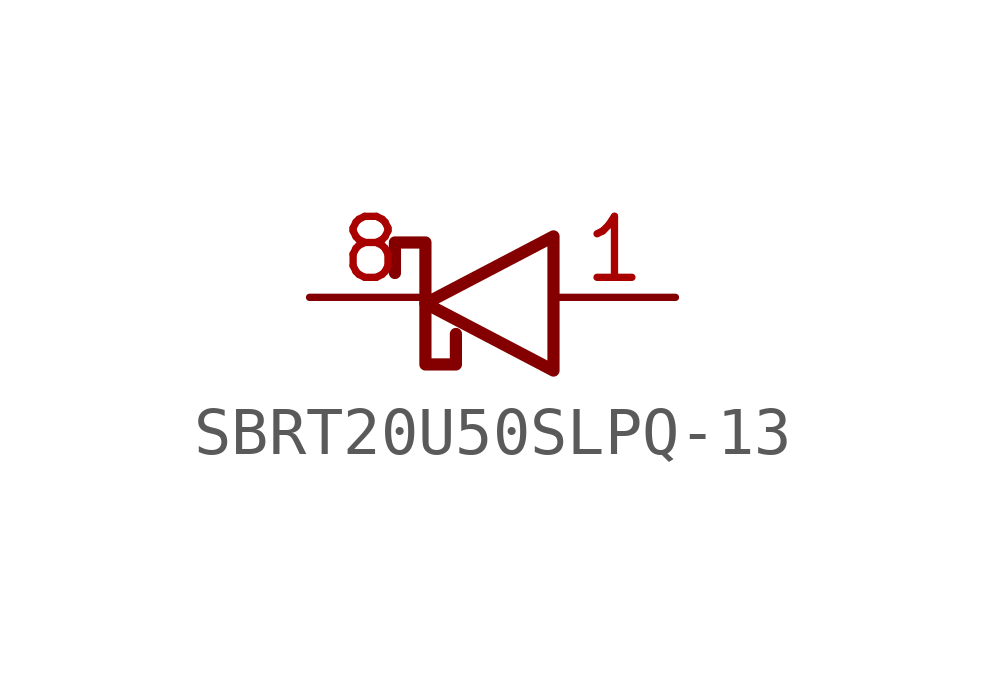
<source format=kicad_sym>
(kicad_symbol_lib
  (version 20241209)
  (generator "kicad_symbol_editor")
  (generator_version "9.0")
  (symbol "SBRT20U50SLPQ-13"
    (property "Reference" "D"
      (at -0.508 5.588 0)
      (effects (font (size 1.27 1.27)) (justify left top) (hide yes)))
    (symbol "SBRT20U50SLPQ-13_0_1"
      (polyline (pts (xy -2.032 0.508) (xy -2.032 1.143) (xy -1.397 1.143) (xy -1.397 -1.397) (xy -0.762 -1.397) (xy -0.762 -0.762)) (stroke (width 0.254) (type default)) (fill (type none)))
      (polyline (pts (xy 1.27 1.27) (xy 1.27 -1.524) (xy -1.397 -0.127) (xy 1.27 1.27)) (stroke (width 0.254) (type default)) (fill (type none))))
    (symbol "SBRT20U50SLPQ-13_1_1"
      (pin passive line (at -3.81 0 0) (length 2.54) (name "" (effects (font (size 1.27 1.27)))) (number "8" (effects (font (size 1.27 1.27)))))
      (pin passive line (at 3.81 0 180) (length 2.54) (name "" (effects (font (size 1.27 1.27)))) (number "1" (effects (font (size 1.27 1.27))))))))
</source>
